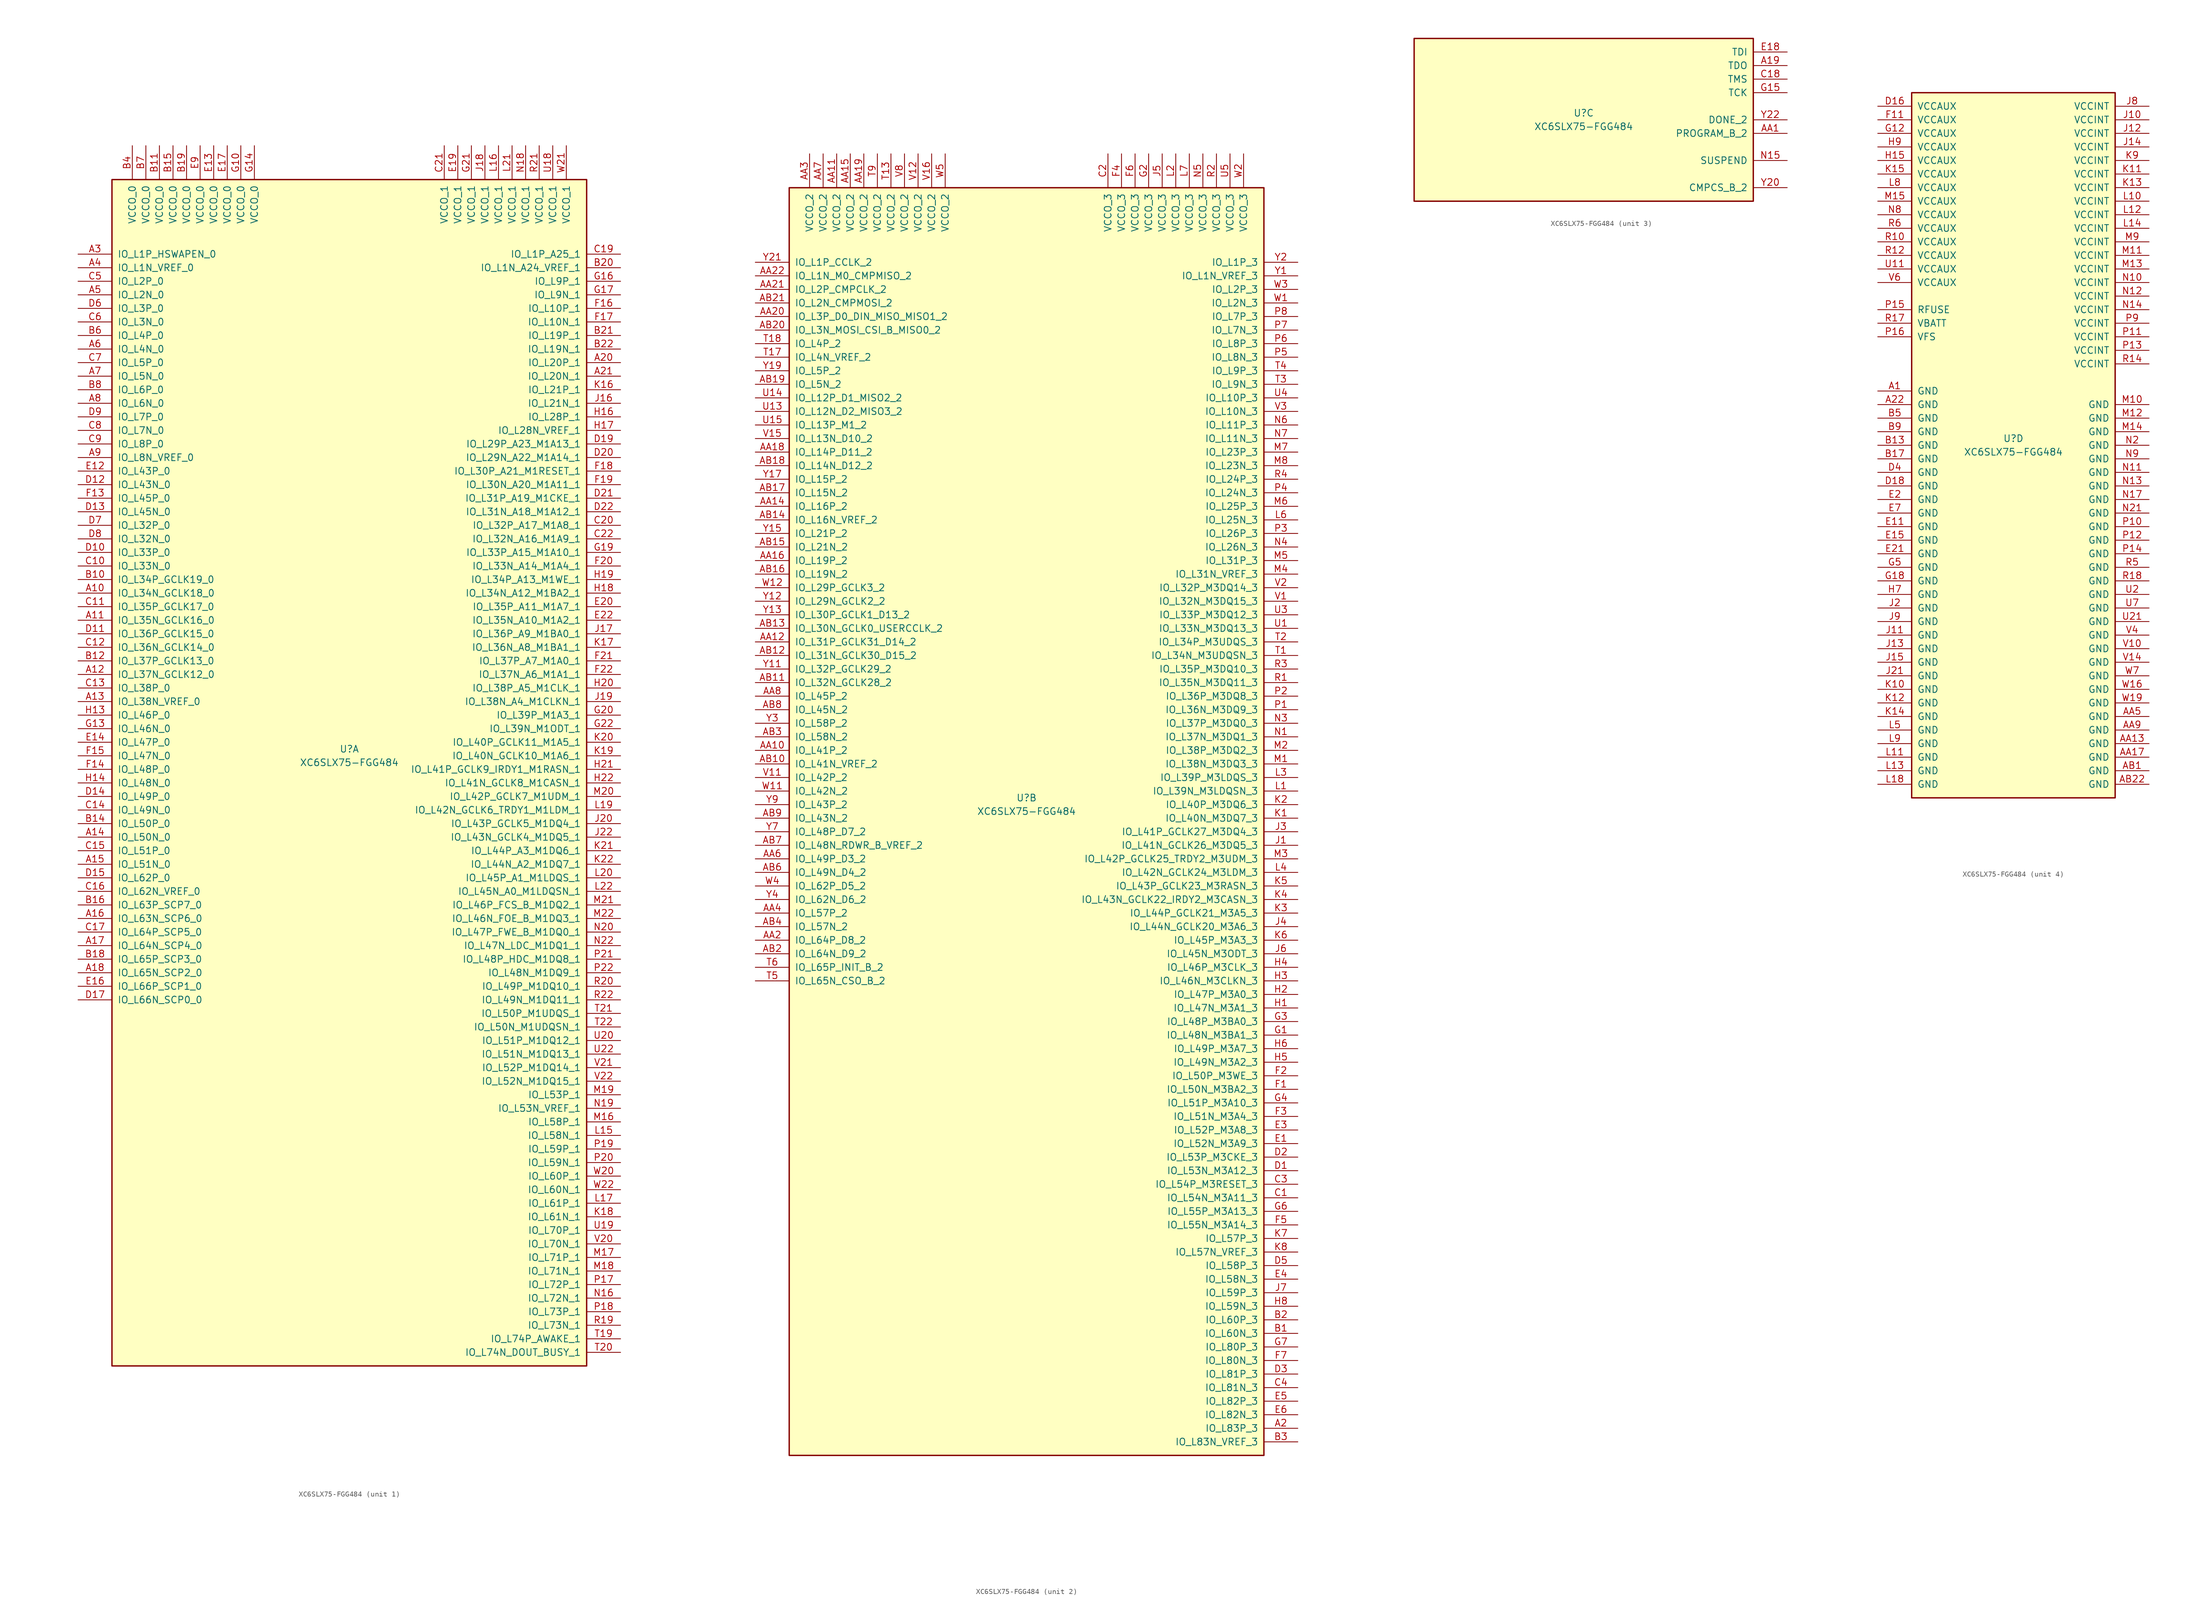
<source format=kicad_sym>
(kicad_symbol_lib
  (version 20201005)
  (generator kicad_symbol_editor)
  (symbol "XC6SLX75-FGG484"
    (pin_names
      (offset 1.016))
    (property "Reference" "U"
      (at 0 1.27 0)
      (effects (font (size 1.27 1.27))))
    (property "Value" "XC6SLX75-FGG484"
      (at 0 -1.27 0)
      (effects (font (size 1.27 1.27))))
    (property "Datasheet" ""
      (at 0 0 0)
      (effects (font (size 1.27 1.27))))
    (property "ki_locked" ""
      (at 0 0 0)
      (effects (font (size 1.27 1.27))))
    (symbol "XC6SLX75-FGG484_1_1"
      (rectangle (start -44.45 107.95) (end 44.45 -114.3) (stroke (width 0.254)) (fill (type background)))
      (pin bidirectional line (at -50.8 30.48 0) (length 6.35) (name "IO_L34N_GCLK18_0" (effects (font (size 1.27 1.27)))) (number "A10" (effects (font (size 1.27 1.27)))))
      (pin bidirectional line (at -50.8 25.4 0) (length 6.35) (name "IO_L35N_GCLK16_0" (effects (font (size 1.27 1.27)))) (number "A11" (effects (font (size 1.27 1.27)))))
      (pin bidirectional line (at -50.8 15.24 0) (length 6.35) (name "IO_L37N_GCLK12_0" (effects (font (size 1.27 1.27)))) (number "A12" (effects (font (size 1.27 1.27)))))
      (pin bidirectional line (at -50.8 10.16 0) (length 6.35) (name "IO_L38N_VREF_0" (effects (font (size 1.27 1.27)))) (number "A13" (effects (font (size 1.27 1.27)))))
      (pin bidirectional line (at -50.8 -15.24 0) (length 6.35) (name "IO_L50N_0" (effects (font (size 1.27 1.27)))) (number "A14" (effects (font (size 1.27 1.27)))))
      (pin bidirectional line (at -50.8 -20.32 0) (length 6.35) (name "IO_L51N_0" (effects (font (size 1.27 1.27)))) (number "A15" (effects (font (size 1.27 1.27)))))
      (pin bidirectional line (at -50.8 -30.48 0) (length 6.35) (name "IO_L63N_SCP6_0" (effects (font (size 1.27 1.27)))) (number "A16" (effects (font (size 1.27 1.27)))))
      (pin bidirectional line (at -50.8 -35.56 0) (length 6.35) (name "IO_L64N_SCP4_0" (effects (font (size 1.27 1.27)))) (number "A17" (effects (font (size 1.27 1.27)))))
      (pin bidirectional line (at -50.8 -40.64 0) (length 6.35) (name "IO_L65N_SCP2_0" (effects (font (size 1.27 1.27)))) (number "A18" (effects (font (size 1.27 1.27)))))
      (pin bidirectional line (at 50.8 73.66 180) (length 6.35) (name "IO_L20P_1" (effects (font (size 1.27 1.27)))) (number "A20" (effects (font (size 1.27 1.27)))))
      (pin bidirectional line (at 50.8 71.12 180) (length 6.35) (name "IO_L20N_1" (effects (font (size 1.27 1.27)))) (number "A21" (effects (font (size 1.27 1.27)))))
      (pin bidirectional line (at -50.8 93.98 0) (length 6.35) (name "IO_L1P_HSWAPEN_0" (effects (font (size 1.27 1.27)))) (number "A3" (effects (font (size 1.27 1.27)))))
      (pin bidirectional line (at -50.8 91.44 0) (length 6.35) (name "IO_L1N_VREF_0" (effects (font (size 1.27 1.27)))) (number "A4" (effects (font (size 1.27 1.27)))))
      (pin bidirectional line (at -50.8 86.36 0) (length 6.35) (name "IO_L2N_0" (effects (font (size 1.27 1.27)))) (number "A5" (effects (font (size 1.27 1.27)))))
      (pin bidirectional line (at -50.8 76.2 0) (length 6.35) (name "IO_L4N_0" (effects (font (size 1.27 1.27)))) (number "A6" (effects (font (size 1.27 1.27)))))
      (pin bidirectional line (at -50.8 71.12 0) (length 6.35) (name "IO_L5N_0" (effects (font (size 1.27 1.27)))) (number "A7" (effects (font (size 1.27 1.27)))))
      (pin bidirectional line (at -50.8 66.04 0) (length 6.35) (name "IO_L6N_0" (effects (font (size 1.27 1.27)))) (number "A8" (effects (font (size 1.27 1.27)))))
      (pin bidirectional line (at -50.8 55.88 0) (length 6.35) (name "IO_L8N_VREF_0" (effects (font (size 1.27 1.27)))) (number "A9" (effects (font (size 1.27 1.27)))))
      (pin bidirectional line (at -50.8 33.02 0) (length 6.35) (name "IO_L34P_GCLK19_0" (effects (font (size 1.27 1.27)))) (number "B10" (effects (font (size 1.27 1.27)))))
      (pin power_in line (at -35.56 114.3 270) (length 6.35) (name "VCCO_0" (effects (font (size 1.27 1.27)))) (number "B11" (effects (font (size 1.27 1.27)))))
      (pin bidirectional line (at -50.8 17.78 0) (length 6.35) (name "IO_L37P_GCLK13_0" (effects (font (size 1.27 1.27)))) (number "B12" (effects (font (size 1.27 1.27)))))
      (pin bidirectional line (at -50.8 -12.7 0) (length 6.35) (name "IO_L50P_0" (effects (font (size 1.27 1.27)))) (number "B14" (effects (font (size 1.27 1.27)))))
      (pin power_in line (at -33.02 114.3 270) (length 6.35) (name "VCCO_0" (effects (font (size 1.27 1.27)))) (number "B15" (effects (font (size 1.27 1.27)))))
      (pin bidirectional line (at -50.8 -27.94 0) (length 6.35) (name "IO_L63P_SCP7_0" (effects (font (size 1.27 1.27)))) (number "B16" (effects (font (size 1.27 1.27)))))
      (pin bidirectional line (at -50.8 -38.1 0) (length 6.35) (name "IO_L65P_SCP3_0" (effects (font (size 1.27 1.27)))) (number "B18" (effects (font (size 1.27 1.27)))))
      (pin power_in line (at -30.48 114.3 270) (length 6.35) (name "VCCO_0" (effects (font (size 1.27 1.27)))) (number "B19" (effects (font (size 1.27 1.27)))))
      (pin bidirectional line (at 50.8 91.44 180) (length 6.35) (name "IO_L1N_A24_VREF_1" (effects (font (size 1.27 1.27)))) (number "B20" (effects (font (size 1.27 1.27)))))
      (pin bidirectional line (at 50.8 78.74 180) (length 6.35) (name "IO_L19P_1" (effects (font (size 1.27 1.27)))) (number "B21" (effects (font (size 1.27 1.27)))))
      (pin bidirectional line (at 50.8 76.2 180) (length 6.35) (name "IO_L19N_1" (effects (font (size 1.27 1.27)))) (number "B22" (effects (font (size 1.27 1.27)))))
      (pin power_in line (at -40.64 114.3 270) (length 6.35) (name "VCCO_0" (effects (font (size 1.27 1.27)))) (number "B4" (effects (font (size 1.27 1.27)))))
      (pin bidirectional line (at -50.8 78.74 0) (length 6.35) (name "IO_L4P_0" (effects (font (size 1.27 1.27)))) (number "B6" (effects (font (size 1.27 1.27)))))
      (pin power_in line (at -38.1 114.3 270) (length 6.35) (name "VCCO_0" (effects (font (size 1.27 1.27)))) (number "B7" (effects (font (size 1.27 1.27)))))
      (pin bidirectional line (at -50.8 68.58 0) (length 6.35) (name "IO_L6P_0" (effects (font (size 1.27 1.27)))) (number "B8" (effects (font (size 1.27 1.27)))))
      (pin bidirectional line (at -50.8 35.56 0) (length 6.35) (name "IO_L33N_0" (effects (font (size 1.27 1.27)))) (number "C10" (effects (font (size 1.27 1.27)))))
      (pin bidirectional line (at -50.8 27.94 0) (length 6.35) (name "IO_L35P_GCLK17_0" (effects (font (size 1.27 1.27)))) (number "C11" (effects (font (size 1.27 1.27)))))
      (pin bidirectional line (at -50.8 20.32 0) (length 6.35) (name "IO_L36N_GCLK14_0" (effects (font (size 1.27 1.27)))) (number "C12" (effects (font (size 1.27 1.27)))))
      (pin bidirectional line (at -50.8 12.7 0) (length 6.35) (name "IO_L38P_0" (effects (font (size 1.27 1.27)))) (number "C13" (effects (font (size 1.27 1.27)))))
      (pin bidirectional line (at -50.8 -10.16 0) (length 6.35) (name "IO_L49N_0" (effects (font (size 1.27 1.27)))) (number "C14" (effects (font (size 1.27 1.27)))))
      (pin bidirectional line (at -50.8 -17.78 0) (length 6.35) (name "IO_L51P_0" (effects (font (size 1.27 1.27)))) (number "C15" (effects (font (size 1.27 1.27)))))
      (pin bidirectional line (at -50.8 -25.4 0) (length 6.35) (name "IO_L62N_VREF_0" (effects (font (size 1.27 1.27)))) (number "C16" (effects (font (size 1.27 1.27)))))
      (pin bidirectional line (at -50.8 -33.02 0) (length 6.35) (name "IO_L64P_SCP5_0" (effects (font (size 1.27 1.27)))) (number "C17" (effects (font (size 1.27 1.27)))))
      (pin bidirectional line (at 50.8 93.98 180) (length 6.35) (name "IO_L1P_A25_1" (effects (font (size 1.27 1.27)))) (number "C19" (effects (font (size 1.27 1.27)))))
      (pin bidirectional line (at 50.8 43.18 180) (length 6.35) (name "IO_L32P_A17_M1A8_1" (effects (font (size 1.27 1.27)))) (number "C20" (effects (font (size 1.27 1.27)))))
      (pin power_in line (at 17.78 114.3 270) (length 6.35) (name "VCCO_1" (effects (font (size 1.27 1.27)))) (number "C21" (effects (font (size 1.27 1.27)))))
      (pin bidirectional line (at 50.8 40.64 180) (length 6.35) (name "IO_L32N_A16_M1A9_1" (effects (font (size 1.27 1.27)))) (number "C22" (effects (font (size 1.27 1.27)))))
      (pin bidirectional line (at -50.8 88.9 0) (length 6.35) (name "IO_L2P_0" (effects (font (size 1.27 1.27)))) (number "C5" (effects (font (size 1.27 1.27)))))
      (pin bidirectional line (at -50.8 81.28 0) (length 6.35) (name "IO_L3N_0" (effects (font (size 1.27 1.27)))) (number "C6" (effects (font (size 1.27 1.27)))))
      (pin bidirectional line (at -50.8 73.66 0) (length 6.35) (name "IO_L5P_0" (effects (font (size 1.27 1.27)))) (number "C7" (effects (font (size 1.27 1.27)))))
      (pin bidirectional line (at -50.8 60.96 0) (length 6.35) (name "IO_L7N_0" (effects (font (size 1.27 1.27)))) (number "C8" (effects (font (size 1.27 1.27)))))
      (pin bidirectional line (at -50.8 58.42 0) (length 6.35) (name "IO_L8P_0" (effects (font (size 1.27 1.27)))) (number "C9" (effects (font (size 1.27 1.27)))))
      (pin bidirectional line (at -50.8 38.1 0) (length 6.35) (name "IO_L33P_0" (effects (font (size 1.27 1.27)))) (number "D10" (effects (font (size 1.27 1.27)))))
      (pin bidirectional line (at -50.8 22.86 0) (length 6.35) (name "IO_L36P_GCLK15_0" (effects (font (size 1.27 1.27)))) (number "D11" (effects (font (size 1.27 1.27)))))
      (pin bidirectional line (at -50.8 50.8 0) (length 6.35) (name "IO_L43N_0" (effects (font (size 1.27 1.27)))) (number "D12" (effects (font (size 1.27 1.27)))))
      (pin bidirectional line (at -50.8 45.72 0) (length 6.35) (name "IO_L45N_0" (effects (font (size 1.27 1.27)))) (number "D13" (effects (font (size 1.27 1.27)))))
      (pin bidirectional line (at -50.8 -7.62 0) (length 6.35) (name "IO_L49P_0" (effects (font (size 1.27 1.27)))) (number "D14" (effects (font (size 1.27 1.27)))))
      (pin bidirectional line (at -50.8 -22.86 0) (length 6.35) (name "IO_L62P_0" (effects (font (size 1.27 1.27)))) (number "D15" (effects (font (size 1.27 1.27)))))
      (pin bidirectional line (at -50.8 -45.72 0) (length 6.35) (name "IO_L66N_SCP0_0" (effects (font (size 1.27 1.27)))) (number "D17" (effects (font (size 1.27 1.27)))))
      (pin bidirectional line (at 50.8 58.42 180) (length 6.35) (name "IO_L29P_A23_M1A13_1" (effects (font (size 1.27 1.27)))) (number "D19" (effects (font (size 1.27 1.27)))))
      (pin bidirectional line (at 50.8 55.88 180) (length 6.35) (name "IO_L29N_A22_M1A14_1" (effects (font (size 1.27 1.27)))) (number "D20" (effects (font (size 1.27 1.27)))))
      (pin bidirectional line (at 50.8 48.26 180) (length 6.35) (name "IO_L31P_A19_M1CKE_1" (effects (font (size 1.27 1.27)))) (number "D21" (effects (font (size 1.27 1.27)))))
      (pin bidirectional line (at 50.8 45.72 180) (length 6.35) (name "IO_L31N_A18_M1A12_1" (effects (font (size 1.27 1.27)))) (number "D22" (effects (font (size 1.27 1.27)))))
      (pin bidirectional line (at -50.8 83.82 0) (length 6.35) (name "IO_L3P_0" (effects (font (size 1.27 1.27)))) (number "D6" (effects (font (size 1.27 1.27)))))
      (pin bidirectional line (at -50.8 43.18 0) (length 6.35) (name "IO_L32P_0" (effects (font (size 1.27 1.27)))) (number "D7" (effects (font (size 1.27 1.27)))))
      (pin bidirectional line (at -50.8 40.64 0) (length 6.35) (name "IO_L32N_0" (effects (font (size 1.27 1.27)))) (number "D8" (effects (font (size 1.27 1.27)))))
      (pin bidirectional line (at -50.8 63.5 0) (length 6.35) (name "IO_L7P_0" (effects (font (size 1.27 1.27)))) (number "D9" (effects (font (size 1.27 1.27)))))
      (pin bidirectional line (at -50.8 53.34 0) (length 6.35) (name "IO_L43P_0" (effects (font (size 1.27 1.27)))) (number "E12" (effects (font (size 1.27 1.27)))))
      (pin power_in line (at -25.4 114.3 270) (length 6.35) (name "VCCO_0" (effects (font (size 1.27 1.27)))) (number "E13" (effects (font (size 1.27 1.27)))))
      (pin bidirectional line (at -50.8 2.54 0) (length 6.35) (name "IO_L47P_0" (effects (font (size 1.27 1.27)))) (number "E14" (effects (font (size 1.27 1.27)))))
      (pin bidirectional line (at -50.8 -43.18 0) (length 6.35) (name "IO_L66P_SCP1_0" (effects (font (size 1.27 1.27)))) (number "E16" (effects (font (size 1.27 1.27)))))
      (pin power_in line (at -22.86 114.3 270) (length 6.35) (name "VCCO_0" (effects (font (size 1.27 1.27)))) (number "E17" (effects (font (size 1.27 1.27)))))
      (pin power_in line (at 20.32 114.3 270) (length 6.35) (name "VCCO_1" (effects (font (size 1.27 1.27)))) (number "E19" (effects (font (size 1.27 1.27)))))
      (pin bidirectional line (at 50.8 27.94 180) (length 6.35) (name "IO_L35P_A11_M1A7_1" (effects (font (size 1.27 1.27)))) (number "E20" (effects (font (size 1.27 1.27)))))
      (pin bidirectional line (at 50.8 25.4 180) (length 6.35) (name "IO_L35N_A10_M1A2_1" (effects (font (size 1.27 1.27)))) (number "E22" (effects (font (size 1.27 1.27)))))
      (pin power_in line (at -27.94 114.3 270) (length 6.35) (name "VCCO_0" (effects (font (size 1.27 1.27)))) (number "E9" (effects (font (size 1.27 1.27)))))
      (pin bidirectional line (at -50.8 48.26 0) (length 6.35) (name "IO_L45P_0" (effects (font (size 1.27 1.27)))) (number "F13" (effects (font (size 1.27 1.27)))))
      (pin bidirectional line (at -50.8 -2.54 0) (length 6.35) (name "IO_L48P_0" (effects (font (size 1.27 1.27)))) (number "F14" (effects (font (size 1.27 1.27)))))
      (pin bidirectional line (at -50.8 0 0) (length 6.35) (name "IO_L47N_0" (effects (font (size 1.27 1.27)))) (number "F15" (effects (font (size 1.27 1.27)))))
      (pin bidirectional line (at 50.8 83.82 180) (length 6.35) (name "IO_L10P_1" (effects (font (size 1.27 1.27)))) (number "F16" (effects (font (size 1.27 1.27)))))
      (pin bidirectional line (at 50.8 81.28 180) (length 6.35) (name "IO_L10N_1" (effects (font (size 1.27 1.27)))) (number "F17" (effects (font (size 1.27 1.27)))))
      (pin bidirectional line (at 50.8 53.34 180) (length 6.35) (name "IO_L30P_A21_M1RESET_1" (effects (font (size 1.27 1.27)))) (number "F18" (effects (font (size 1.27 1.27)))))
      (pin bidirectional line (at 50.8 50.8 180) (length 6.35) (name "IO_L30N_A20_M1A11_1" (effects (font (size 1.27 1.27)))) (number "F19" (effects (font (size 1.27 1.27)))))
      (pin bidirectional line (at 50.8 35.56 180) (length 6.35) (name "IO_L33N_A14_M1A4_1" (effects (font (size 1.27 1.27)))) (number "F20" (effects (font (size 1.27 1.27)))))
      (pin bidirectional line (at 50.8 17.78 180) (length 6.35) (name "IO_L37P_A7_M1A0_1" (effects (font (size 1.27 1.27)))) (number "F21" (effects (font (size 1.27 1.27)))))
      (pin bidirectional line (at 50.8 15.24 180) (length 6.35) (name "IO_L37N_A6_M1A1_1" (effects (font (size 1.27 1.27)))) (number "F22" (effects (font (size 1.27 1.27)))))
      (pin power_in line (at -20.32 114.3 270) (length 6.35) (name "VCCO_0" (effects (font (size 1.27 1.27)))) (number "G10" (effects (font (size 1.27 1.27)))))
      (pin bidirectional line (at -50.8 5.08 0) (length 6.35) (name "IO_L46N_0" (effects (font (size 1.27 1.27)))) (number "G13" (effects (font (size 1.27 1.27)))))
      (pin power_in line (at -17.78 114.3 270) (length 6.35) (name "VCCO_0" (effects (font (size 1.27 1.27)))) (number "G14" (effects (font (size 1.27 1.27)))))
      (pin bidirectional line (at 50.8 88.9 180) (length 6.35) (name "IO_L9P_1" (effects (font (size 1.27 1.27)))) (number "G16" (effects (font (size 1.27 1.27)))))
      (pin bidirectional line (at 50.8 86.36 180) (length 6.35) (name "IO_L9N_1" (effects (font (size 1.27 1.27)))) (number "G17" (effects (font (size 1.27 1.27)))))
      (pin bidirectional line (at 50.8 38.1 180) (length 6.35) (name "IO_L33P_A15_M1A10_1" (effects (font (size 1.27 1.27)))) (number "G19" (effects (font (size 1.27 1.27)))))
      (pin bidirectional line (at 50.8 7.62 180) (length 6.35) (name "IO_L39P_M1A3_1" (effects (font (size 1.27 1.27)))) (number "G20" (effects (font (size 1.27 1.27)))))
      (pin power_in line (at 22.86 114.3 270) (length 6.35) (name "VCCO_1" (effects (font (size 1.27 1.27)))) (number "G21" (effects (font (size 1.27 1.27)))))
      (pin bidirectional line (at 50.8 5.08 180) (length 6.35) (name "IO_L39N_M1ODT_1" (effects (font (size 1.27 1.27)))) (number "G22" (effects (font (size 1.27 1.27)))))
      (pin bidirectional line (at -50.8 7.62 0) (length 6.35) (name "IO_L46P_0" (effects (font (size 1.27 1.27)))) (number "H13" (effects (font (size 1.27 1.27)))))
      (pin bidirectional line (at -50.8 -5.08 0) (length 6.35) (name "IO_L48N_0" (effects (font (size 1.27 1.27)))) (number "H14" (effects (font (size 1.27 1.27)))))
      (pin bidirectional line (at 50.8 63.5 180) (length 6.35) (name "IO_L28P_1" (effects (font (size 1.27 1.27)))) (number "H16" (effects (font (size 1.27 1.27)))))
      (pin bidirectional line (at 50.8 60.96 180) (length 6.35) (name "IO_L28N_VREF_1" (effects (font (size 1.27 1.27)))) (number "H17" (effects (font (size 1.27 1.27)))))
      (pin bidirectional line (at 50.8 30.48 180) (length 6.35) (name "IO_L34N_A12_M1BA2_1" (effects (font (size 1.27 1.27)))) (number "H18" (effects (font (size 1.27 1.27)))))
      (pin bidirectional line (at 50.8 33.02 180) (length 6.35) (name "IO_L34P_A13_M1WE_1" (effects (font (size 1.27 1.27)))) (number "H19" (effects (font (size 1.27 1.27)))))
      (pin bidirectional line (at 50.8 12.7 180) (length 6.35) (name "IO_L38P_A5_M1CLK_1" (effects (font (size 1.27 1.27)))) (number "H20" (effects (font (size 1.27 1.27)))))
      (pin bidirectional line (at 50.8 -2.54 180) (length 6.35) (name "IO_L41P_GCLK9_IRDY1_M1RASN_1" (effects (font (size 1.27 1.27)))) (number "H21" (effects (font (size 1.27 1.27)))))
      (pin bidirectional line (at 50.8 -5.08 180) (length 6.35) (name "IO_L41N_GCLK8_M1CASN_1" (effects (font (size 1.27 1.27)))) (number "H22" (effects (font (size 1.27 1.27)))))
      (pin bidirectional line (at 50.8 66.04 180) (length 6.35) (name "IO_L21N_1" (effects (font (size 1.27 1.27)))) (number "J16" (effects (font (size 1.27 1.27)))))
      (pin bidirectional line (at 50.8 22.86 180) (length 6.35) (name "IO_L36P_A9_M1BA0_1" (effects (font (size 1.27 1.27)))) (number "J17" (effects (font (size 1.27 1.27)))))
      (pin power_in line (at 25.4 114.3 270) (length 6.35) (name "VCCO_1" (effects (font (size 1.27 1.27)))) (number "J18" (effects (font (size 1.27 1.27)))))
      (pin bidirectional line (at 50.8 10.16 180) (length 6.35) (name "IO_L38N_A4_M1CLKN_1" (effects (font (size 1.27 1.27)))) (number "J19" (effects (font (size 1.27 1.27)))))
      (pin bidirectional line (at 50.8 -12.7 180) (length 6.35) (name "IO_L43P_GCLK5_M1DQ4_1" (effects (font (size 1.27 1.27)))) (number "J20" (effects (font (size 1.27 1.27)))))
      (pin bidirectional line (at 50.8 -15.24 180) (length 6.35) (name "IO_L43N_GCLK4_M1DQ5_1" (effects (font (size 1.27 1.27)))) (number "J22" (effects (font (size 1.27 1.27)))))
      (pin bidirectional line (at 50.8 68.58 180) (length 6.35) (name "IO_L21P_1" (effects (font (size 1.27 1.27)))) (number "K16" (effects (font (size 1.27 1.27)))))
      (pin bidirectional line (at 50.8 20.32 180) (length 6.35) (name "IO_L36N_A8_M1BA1_1" (effects (font (size 1.27 1.27)))) (number "K17" (effects (font (size 1.27 1.27)))))
      (pin bidirectional line (at 50.8 -86.36 180) (length 6.35) (name "IO_L61N_1" (effects (font (size 1.27 1.27)))) (number "K18" (effects (font (size 1.27 1.27)))))
      (pin bidirectional line (at 50.8 0 180) (length 6.35) (name "IO_L40N_GCLK10_M1A6_1" (effects (font (size 1.27 1.27)))) (number "K19" (effects (font (size 1.27 1.27)))))
      (pin bidirectional line (at 50.8 2.54 180) (length 6.35) (name "IO_L40P_GCLK11_M1A5_1" (effects (font (size 1.27 1.27)))) (number "K20" (effects (font (size 1.27 1.27)))))
      (pin bidirectional line (at 50.8 -17.78 180) (length 6.35) (name "IO_L44P_A3_M1DQ6_1" (effects (font (size 1.27 1.27)))) (number "K21" (effects (font (size 1.27 1.27)))))
      (pin bidirectional line (at 50.8 -20.32 180) (length 6.35) (name "IO_L44N_A2_M1DQ7_1" (effects (font (size 1.27 1.27)))) (number "K22" (effects (font (size 1.27 1.27)))))
      (pin bidirectional line (at 50.8 -71.12 180) (length 6.35) (name "IO_L58N_1" (effects (font (size 1.27 1.27)))) (number "L15" (effects (font (size 1.27 1.27)))))
      (pin power_in line (at 27.94 114.3 270) (length 6.35) (name "VCCO_1" (effects (font (size 1.27 1.27)))) (number "L16" (effects (font (size 1.27 1.27)))))
      (pin bidirectional line (at 50.8 -83.82 180) (length 6.35) (name "IO_L61P_1" (effects (font (size 1.27 1.27)))) (number "L17" (effects (font (size 1.27 1.27)))))
      (pin bidirectional line (at 50.8 -10.16 180) (length 6.35) (name "IO_L42N_GCLK6_TRDY1_M1LDM_1" (effects (font (size 1.27 1.27)))) (number "L19" (effects (font (size 1.27 1.27)))))
      (pin bidirectional line (at 50.8 -22.86 180) (length 6.35) (name "IO_L45P_A1_M1LDQS_1" (effects (font (size 1.27 1.27)))) (number "L20" (effects (font (size 1.27 1.27)))))
      (pin power_in line (at 30.48 114.3 270) (length 6.35) (name "VCCO_1" (effects (font (size 1.27 1.27)))) (number "L21" (effects (font (size 1.27 1.27)))))
      (pin bidirectional line (at 50.8 -25.4 180) (length 6.35) (name "IO_L45N_A0_M1LDQSN_1" (effects (font (size 1.27 1.27)))) (number "L22" (effects (font (size 1.27 1.27)))))
      (pin bidirectional line (at 50.8 -68.58 180) (length 6.35) (name "IO_L58P_1" (effects (font (size 1.27 1.27)))) (number "M16" (effects (font (size 1.27 1.27)))))
      (pin bidirectional line (at 50.8 -93.98 180) (length 6.35) (name "IO_L71P_1" (effects (font (size 1.27 1.27)))) (number "M17" (effects (font (size 1.27 1.27)))))
      (pin bidirectional line (at 50.8 -96.52 180) (length 6.35) (name "IO_L71N_1" (effects (font (size 1.27 1.27)))) (number "M18" (effects (font (size 1.27 1.27)))))
      (pin bidirectional line (at 50.8 -63.5 180) (length 6.35) (name "IO_L53P_1" (effects (font (size 1.27 1.27)))) (number "M19" (effects (font (size 1.27 1.27)))))
      (pin bidirectional line (at 50.8 -7.62 180) (length 6.35) (name "IO_L42P_GCLK7_M1UDM_1" (effects (font (size 1.27 1.27)))) (number "M20" (effects (font (size 1.27 1.27)))))
      (pin bidirectional line (at 50.8 -27.94 180) (length 6.35) (name "IO_L46P_FCS_B_M1DQ2_1" (effects (font (size 1.27 1.27)))) (number "M21" (effects (font (size 1.27 1.27)))))
      (pin bidirectional line (at 50.8 -30.48 180) (length 6.35) (name "IO_L46N_FOE_B_M1DQ3_1" (effects (font (size 1.27 1.27)))) (number "M22" (effects (font (size 1.27 1.27)))))
      (pin bidirectional line (at 50.8 -101.6 180) (length 6.35) (name "IO_L72N_1" (effects (font (size 1.27 1.27)))) (number "N16" (effects (font (size 1.27 1.27)))))
      (pin power_in line (at 33.02 114.3 270) (length 6.35) (name "VCCO_1" (effects (font (size 1.27 1.27)))) (number "N18" (effects (font (size 1.27 1.27)))))
      (pin bidirectional line (at 50.8 -66.04 180) (length 6.35) (name "IO_L53N_VREF_1" (effects (font (size 1.27 1.27)))) (number "N19" (effects (font (size 1.27 1.27)))))
      (pin bidirectional line (at 50.8 -33.02 180) (length 6.35) (name "IO_L47P_FWE_B_M1DQ0_1" (effects (font (size 1.27 1.27)))) (number "N20" (effects (font (size 1.27 1.27)))))
      (pin bidirectional line (at 50.8 -35.56 180) (length 6.35) (name "IO_L47N_LDC_M1DQ1_1" (effects (font (size 1.27 1.27)))) (number "N22" (effects (font (size 1.27 1.27)))))
      (pin bidirectional line (at 50.8 -99.06 180) (length 6.35) (name "IO_L72P_1" (effects (font (size 1.27 1.27)))) (number "P17" (effects (font (size 1.27 1.27)))))
      (pin bidirectional line (at 50.8 -104.14 180) (length 6.35) (name "IO_L73P_1" (effects (font (size 1.27 1.27)))) (number "P18" (effects (font (size 1.27 1.27)))))
      (pin bidirectional line (at 50.8 -73.66 180) (length 6.35) (name "IO_L59P_1" (effects (font (size 1.27 1.27)))) (number "P19" (effects (font (size 1.27 1.27)))))
      (pin bidirectional line (at 50.8 -76.2 180) (length 6.35) (name "IO_L59N_1" (effects (font (size 1.27 1.27)))) (number "P20" (effects (font (size 1.27 1.27)))))
      (pin bidirectional line (at 50.8 -38.1 180) (length 6.35) (name "IO_L48P_HDC_M1DQ8_1" (effects (font (size 1.27 1.27)))) (number "P21" (effects (font (size 1.27 1.27)))))
      (pin bidirectional line (at 50.8 -40.64 180) (length 6.35) (name "IO_L48N_M1DQ9_1" (effects (font (size 1.27 1.27)))) (number "P22" (effects (font (size 1.27 1.27)))))
      (pin bidirectional line (at 50.8 -106.68 180) (length 6.35) (name "IO_L73N_1" (effects (font (size 1.27 1.27)))) (number "R19" (effects (font (size 1.27 1.27)))))
      (pin bidirectional line (at 50.8 -43.18 180) (length 6.35) (name "IO_L49P_M1DQ10_1" (effects (font (size 1.27 1.27)))) (number "R20" (effects (font (size 1.27 1.27)))))
      (pin power_in line (at 35.56 114.3 270) (length 6.35) (name "VCCO_1" (effects (font (size 1.27 1.27)))) (number "R21" (effects (font (size 1.27 1.27)))))
      (pin bidirectional line (at 50.8 -45.72 180) (length 6.35) (name "IO_L49N_M1DQ11_1" (effects (font (size 1.27 1.27)))) (number "R22" (effects (font (size 1.27 1.27)))))
      (pin bidirectional line (at 50.8 -109.22 180) (length 6.35) (name "IO_L74P_AWAKE_1" (effects (font (size 1.27 1.27)))) (number "T19" (effects (font (size 1.27 1.27)))))
      (pin bidirectional line (at 50.8 -111.76 180) (length 6.35) (name "IO_L74N_DOUT_BUSY_1" (effects (font (size 1.27 1.27)))) (number "T20" (effects (font (size 1.27 1.27)))))
      (pin bidirectional line (at 50.8 -48.26 180) (length 6.35) (name "IO_L50P_M1UDQS_1" (effects (font (size 1.27 1.27)))) (number "T21" (effects (font (size 1.27 1.27)))))
      (pin bidirectional line (at 50.8 -50.8 180) (length 6.35) (name "IO_L50N_M1UDQSN_1" (effects (font (size 1.27 1.27)))) (number "T22" (effects (font (size 1.27 1.27)))))
      (pin power_in line (at 38.1 114.3 270) (length 6.35) (name "VCCO_1" (effects (font (size 1.27 1.27)))) (number "U18" (effects (font (size 1.27 1.27)))))
      (pin bidirectional line (at 50.8 -88.9 180) (length 6.35) (name "IO_L70P_1" (effects (font (size 1.27 1.27)))) (number "U19" (effects (font (size 1.27 1.27)))))
      (pin bidirectional line (at 50.8 -53.34 180) (length 6.35) (name "IO_L51P_M1DQ12_1" (effects (font (size 1.27 1.27)))) (number "U20" (effects (font (size 1.27 1.27)))))
      (pin bidirectional line (at 50.8 -55.88 180) (length 6.35) (name "IO_L51N_M1DQ13_1" (effects (font (size 1.27 1.27)))) (number "U22" (effects (font (size 1.27 1.27)))))
      (pin bidirectional line (at 50.8 -91.44 180) (length 6.35) (name "IO_L70N_1" (effects (font (size 1.27 1.27)))) (number "V20" (effects (font (size 1.27 1.27)))))
      (pin bidirectional line (at 50.8 -58.42 180) (length 6.35) (name "IO_L52P_M1DQ14_1" (effects (font (size 1.27 1.27)))) (number "V21" (effects (font (size 1.27 1.27)))))
      (pin bidirectional line (at 50.8 -60.96 180) (length 6.35) (name "IO_L52N_M1DQ15_1" (effects (font (size 1.27 1.27)))) (number "V22" (effects (font (size 1.27 1.27)))))
      (pin bidirectional line (at 50.8 -78.74 180) (length 6.35) (name "IO_L60P_1" (effects (font (size 1.27 1.27)))) (number "W20" (effects (font (size 1.27 1.27)))))
      (pin power_in line (at 40.64 114.3 270) (length 6.35) (name "VCCO_1" (effects (font (size 1.27 1.27)))) (number "W21" (effects (font (size 1.27 1.27)))))
      (pin bidirectional line (at 50.8 -81.28 180) (length 6.35) (name "IO_L60N_1" (effects (font (size 1.27 1.27)))) (number "W22" (effects (font (size 1.27 1.27))))))
    (symbol "XC6SLX75-FGG484_2_1"
      (rectangle (start -44.45 115.57) (end 44.45 -121.92) (stroke (width 0.254)) (fill (type background)))
      (pin bidirectional line (at 50.8 -116.84 180) (length 6.35) (name "IO_L83P_3" (effects (font (size 1.27 1.27)))) (number "A2" (effects (font (size 1.27 1.27)))))
      (pin bidirectional line (at -50.8 10.16 0) (length 6.35) (name "IO_L41P_2" (effects (font (size 1.27 1.27)))) (number "AA10" (effects (font (size 1.27 1.27)))))
      (pin power_in line (at -35.56 121.92 270) (length 6.35) (name "VCCO_2" (effects (font (size 1.27 1.27)))) (number "AA11" (effects (font (size 1.27 1.27)))))
      (pin bidirectional line (at -50.8 30.48 0) (length 6.35) (name "IO_L31P_GCLK31_D14_2" (effects (font (size 1.27 1.27)))) (number "AA12" (effects (font (size 1.27 1.27)))))
      (pin bidirectional line (at -50.8 55.88 0) (length 6.35) (name "IO_L16P_2" (effects (font (size 1.27 1.27)))) (number "AA14" (effects (font (size 1.27 1.27)))))
      (pin power_in line (at -33.02 121.92 270) (length 6.35) (name "VCCO_2" (effects (font (size 1.27 1.27)))) (number "AA15" (effects (font (size 1.27 1.27)))))
      (pin bidirectional line (at -50.8 45.72 0) (length 6.35) (name "IO_L19P_2" (effects (font (size 1.27 1.27)))) (number "AA16" (effects (font (size 1.27 1.27)))))
      (pin bidirectional line (at -50.8 66.04 0) (length 6.35) (name "IO_L14P_D11_2" (effects (font (size 1.27 1.27)))) (number "AA18" (effects (font (size 1.27 1.27)))))
      (pin power_in line (at -30.48 121.92 270) (length 6.35) (name "VCCO_2" (effects (font (size 1.27 1.27)))) (number "AA19" (effects (font (size 1.27 1.27)))))
      (pin bidirectional line (at -50.8 -25.4 0) (length 6.35) (name "IO_L64P_D8_2" (effects (font (size 1.27 1.27)))) (number "AA2" (effects (font (size 1.27 1.27)))))
      (pin bidirectional line (at -50.8 91.44 0) (length 6.35) (name "IO_L3P_D0_DIN_MISO_MISO1_2" (effects (font (size 1.27 1.27)))) (number "AA20" (effects (font (size 1.27 1.27)))))
      (pin bidirectional line (at -50.8 96.52 0) (length 6.35) (name "IO_L2P_CMPCLK_2" (effects (font (size 1.27 1.27)))) (number "AA21" (effects (font (size 1.27 1.27)))))
      (pin bidirectional line (at -50.8 99.06 0) (length 6.35) (name "IO_L1N_M0_CMPMISO_2" (effects (font (size 1.27 1.27)))) (number "AA22" (effects (font (size 1.27 1.27)))))
      (pin power_in line (at -40.64 121.92 270) (length 6.35) (name "VCCO_2" (effects (font (size 1.27 1.27)))) (number "AA3" (effects (font (size 1.27 1.27)))))
      (pin bidirectional line (at -50.8 -20.32 0) (length 6.35) (name "IO_L57P_2" (effects (font (size 1.27 1.27)))) (number "AA4" (effects (font (size 1.27 1.27)))))
      (pin bidirectional line (at -50.8 -10.16 0) (length 6.35) (name "IO_L49P_D3_2" (effects (font (size 1.27 1.27)))) (number "AA6" (effects (font (size 1.27 1.27)))))
      (pin power_in line (at -38.1 121.92 270) (length 6.35) (name "VCCO_2" (effects (font (size 1.27 1.27)))) (number "AA7" (effects (font (size 1.27 1.27)))))
      (pin bidirectional line (at -50.8 20.32 0) (length 6.35) (name "IO_L45P_2" (effects (font (size 1.27 1.27)))) (number "AA8" (effects (font (size 1.27 1.27)))))
      (pin bidirectional line (at -50.8 7.62 0) (length 6.35) (name "IO_L41N_VREF_2" (effects (font (size 1.27 1.27)))) (number "AB10" (effects (font (size 1.27 1.27)))))
      (pin bidirectional line (at -50.8 22.86 0) (length 6.35) (name "IO_L32N_GCLK28_2" (effects (font (size 1.27 1.27)))) (number "AB11" (effects (font (size 1.27 1.27)))))
      (pin bidirectional line (at -50.8 27.94 0) (length 6.35) (name "IO_L31N_GCLK30_D15_2" (effects (font (size 1.27 1.27)))) (number "AB12" (effects (font (size 1.27 1.27)))))
      (pin bidirectional line (at -50.8 33.02 0) (length 6.35) (name "IO_L30N_GCLK0_USERCCLK_2" (effects (font (size 1.27 1.27)))) (number "AB13" (effects (font (size 1.27 1.27)))))
      (pin bidirectional line (at -50.8 53.34 0) (length 6.35) (name "IO_L16N_VREF_2" (effects (font (size 1.27 1.27)))) (number "AB14" (effects (font (size 1.27 1.27)))))
      (pin bidirectional line (at -50.8 48.26 0) (length 6.35) (name "IO_L21N_2" (effects (font (size 1.27 1.27)))) (number "AB15" (effects (font (size 1.27 1.27)))))
      (pin bidirectional line (at -50.8 43.18 0) (length 6.35) (name "IO_L19N_2" (effects (font (size 1.27 1.27)))) (number "AB16" (effects (font (size 1.27 1.27)))))
      (pin bidirectional line (at -50.8 58.42 0) (length 6.35) (name "IO_L15N_2" (effects (font (size 1.27 1.27)))) (number "AB17" (effects (font (size 1.27 1.27)))))
      (pin bidirectional line (at -50.8 63.5 0) (length 6.35) (name "IO_L14N_D12_2" (effects (font (size 1.27 1.27)))) (number "AB18" (effects (font (size 1.27 1.27)))))
      (pin bidirectional line (at -50.8 78.74 0) (length 6.35) (name "IO_L5N_2" (effects (font (size 1.27 1.27)))) (number "AB19" (effects (font (size 1.27 1.27)))))
      (pin bidirectional line (at -50.8 -27.94 0) (length 6.35) (name "IO_L64N_D9_2" (effects (font (size 1.27 1.27)))) (number "AB2" (effects (font (size 1.27 1.27)))))
      (pin bidirectional line (at -50.8 88.9 0) (length 6.35) (name "IO_L3N_MOSI_CSI_B_MISO0_2" (effects (font (size 1.27 1.27)))) (number "AB20" (effects (font (size 1.27 1.27)))))
      (pin bidirectional line (at -50.8 93.98 0) (length 6.35) (name "IO_L2N_CMPMOSI_2" (effects (font (size 1.27 1.27)))) (number "AB21" (effects (font (size 1.27 1.27)))))
      (pin bidirectional line (at -50.8 12.7 0) (length 6.35) (name "IO_L58N_2" (effects (font (size 1.27 1.27)))) (number "AB3" (effects (font (size 1.27 1.27)))))
      (pin bidirectional line (at -50.8 -22.86 0) (length 6.35) (name "IO_L57N_2" (effects (font (size 1.27 1.27)))) (number "AB4" (effects (font (size 1.27 1.27)))))
      (pin bidirectional line (at -50.8 -12.7 0) (length 6.35) (name "IO_L49N_D4_2" (effects (font (size 1.27 1.27)))) (number "AB6" (effects (font (size 1.27 1.27)))))
      (pin bidirectional line (at -50.8 -7.62 0) (length 6.35) (name "IO_L48N_RDWR_B_VREF_2" (effects (font (size 1.27 1.27)))) (number "AB7" (effects (font (size 1.27 1.27)))))
      (pin bidirectional line (at -50.8 17.78 0) (length 6.35) (name "IO_L45N_2" (effects (font (size 1.27 1.27)))) (number "AB8" (effects (font (size 1.27 1.27)))))
      (pin bidirectional line (at -50.8 -2.54 0) (length 6.35) (name "IO_L43N_2" (effects (font (size 1.27 1.27)))) (number "AB9" (effects (font (size 1.27 1.27)))))
      (pin bidirectional line (at 50.8 -99.06 180) (length 6.35) (name "IO_L60N_3" (effects (font (size 1.27 1.27)))) (number "B1" (effects (font (size 1.27 1.27)))))
      (pin bidirectional line (at 50.8 -96.52 180) (length 6.35) (name "IO_L60P_3" (effects (font (size 1.27 1.27)))) (number "B2" (effects (font (size 1.27 1.27)))))
      (pin bidirectional line (at 50.8 -119.38 180) (length 6.35) (name "IO_L83N_VREF_3" (effects (font (size 1.27 1.27)))) (number "B3" (effects (font (size 1.27 1.27)))))
      (pin bidirectional line (at 50.8 -73.66 180) (length 6.35) (name "IO_L54N_M3A11_3" (effects (font (size 1.27 1.27)))) (number "C1" (effects (font (size 1.27 1.27)))))
      (pin power_in line (at 15.24 121.92 270) (length 6.35) (name "VCCO_3" (effects (font (size 1.27 1.27)))) (number "C2" (effects (font (size 1.27 1.27)))))
      (pin bidirectional line (at 50.8 -71.12 180) (length 6.35) (name "IO_L54P_M3RESET_3" (effects (font (size 1.27 1.27)))) (number "C3" (effects (font (size 1.27 1.27)))))
      (pin bidirectional line (at 50.8 -109.22 180) (length 6.35) (name "IO_L81N_3" (effects (font (size 1.27 1.27)))) (number "C4" (effects (font (size 1.27 1.27)))))
      (pin bidirectional line (at 50.8 -68.58 180) (length 6.35) (name "IO_L53N_M3A12_3" (effects (font (size 1.27 1.27)))) (number "D1" (effects (font (size 1.27 1.27)))))
      (pin bidirectional line (at 50.8 -66.04 180) (length 6.35) (name "IO_L53P_M3CKE_3" (effects (font (size 1.27 1.27)))) (number "D2" (effects (font (size 1.27 1.27)))))
      (pin bidirectional line (at 50.8 -106.68 180) (length 6.35) (name "IO_L81P_3" (effects (font (size 1.27 1.27)))) (number "D3" (effects (font (size 1.27 1.27)))))
      (pin bidirectional line (at 50.8 -86.36 180) (length 6.35) (name "IO_L58P_3" (effects (font (size 1.27 1.27)))) (number "D5" (effects (font (size 1.27 1.27)))))
      (pin bidirectional line (at 50.8 -63.5 180) (length 6.35) (name "IO_L52N_M3A9_3" (effects (font (size 1.27 1.27)))) (number "E1" (effects (font (size 1.27 1.27)))))
      (pin bidirectional line (at 50.8 -60.96 180) (length 6.35) (name "IO_L52P_M3A8_3" (effects (font (size 1.27 1.27)))) (number "E3" (effects (font (size 1.27 1.27)))))
      (pin bidirectional line (at 50.8 -88.9 180) (length 6.35) (name "IO_L58N_3" (effects (font (size 1.27 1.27)))) (number "E4" (effects (font (size 1.27 1.27)))))
      (pin bidirectional line (at 50.8 -111.76 180) (length 6.35) (name "IO_L82P_3" (effects (font (size 1.27 1.27)))) (number "E5" (effects (font (size 1.27 1.27)))))
      (pin bidirectional line (at 50.8 -114.3 180) (length 6.35) (name "IO_L82N_3" (effects (font (size 1.27 1.27)))) (number "E6" (effects (font (size 1.27 1.27)))))
      (pin bidirectional line (at 50.8 -53.34 180) (length 6.35) (name "IO_L50N_M3BA2_3" (effects (font (size 1.27 1.27)))) (number "F1" (effects (font (size 1.27 1.27)))))
      (pin bidirectional line (at 50.8 -50.8 180) (length 6.35) (name "IO_L50P_M3WE_3" (effects (font (size 1.27 1.27)))) (number "F2" (effects (font (size 1.27 1.27)))))
      (pin bidirectional line (at 50.8 -58.42 180) (length 6.35) (name "IO_L51N_M3A4_3" (effects (font (size 1.27 1.27)))) (number "F3" (effects (font (size 1.27 1.27)))))
      (pin power_in line (at 17.78 121.92 270) (length 6.35) (name "VCCO_3" (effects (font (size 1.27 1.27)))) (number "F4" (effects (font (size 1.27 1.27)))))
      (pin bidirectional line (at 50.8 -78.74 180) (length 6.35) (name "IO_L55N_M3A14_3" (effects (font (size 1.27 1.27)))) (number "F5" (effects (font (size 1.27 1.27)))))
      (pin power_in line (at 20.32 121.92 270) (length 6.35) (name "VCCO_3" (effects (font (size 1.27 1.27)))) (number "F6" (effects (font (size 1.27 1.27)))))
      (pin bidirectional line (at 50.8 -104.14 180) (length 6.35) (name "IO_L80N_3" (effects (font (size 1.27 1.27)))) (number "F7" (effects (font (size 1.27 1.27)))))
      (pin bidirectional line (at 50.8 -43.18 180) (length 6.35) (name "IO_L48N_M3BA1_3" (effects (font (size 1.27 1.27)))) (number "G1" (effects (font (size 1.27 1.27)))))
      (pin power_in line (at 22.86 121.92 270) (length 6.35) (name "VCCO_3" (effects (font (size 1.27 1.27)))) (number "G2" (effects (font (size 1.27 1.27)))))
      (pin bidirectional line (at 50.8 -40.64 180) (length 6.35) (name "IO_L48P_M3BA0_3" (effects (font (size 1.27 1.27)))) (number "G3" (effects (font (size 1.27 1.27)))))
      (pin bidirectional line (at 50.8 -55.88 180) (length 6.35) (name "IO_L51P_M3A10_3" (effects (font (size 1.27 1.27)))) (number "G4" (effects (font (size 1.27 1.27)))))
      (pin bidirectional line (at 50.8 -76.2 180) (length 6.35) (name "IO_L55P_M3A13_3" (effects (font (size 1.27 1.27)))) (number "G6" (effects (font (size 1.27 1.27)))))
      (pin bidirectional line (at 50.8 -101.6 180) (length 6.35) (name "IO_L80P_3" (effects (font (size 1.27 1.27)))) (number "G7" (effects (font (size 1.27 1.27)))))
      (pin bidirectional line (at 50.8 -38.1 180) (length 6.35) (name "IO_L47N_M3A1_3" (effects (font (size 1.27 1.27)))) (number "H1" (effects (font (size 1.27 1.27)))))
      (pin bidirectional line (at 50.8 -35.56 180) (length 6.35) (name "IO_L47P_M3A0_3" (effects (font (size 1.27 1.27)))) (number "H2" (effects (font (size 1.27 1.27)))))
      (pin bidirectional line (at 50.8 -33.02 180) (length 6.35) (name "IO_L46N_M3CLKN_3" (effects (font (size 1.27 1.27)))) (number "H3" (effects (font (size 1.27 1.27)))))
      (pin bidirectional line (at 50.8 -30.48 180) (length 6.35) (name "IO_L46P_M3CLK_3" (effects (font (size 1.27 1.27)))) (number "H4" (effects (font (size 1.27 1.27)))))
      (pin bidirectional line (at 50.8 -48.26 180) (length 6.35) (name "IO_L49N_M3A2_3" (effects (font (size 1.27 1.27)))) (number "H5" (effects (font (size 1.27 1.27)))))
      (pin bidirectional line (at 50.8 -45.72 180) (length 6.35) (name "IO_L49P_M3A7_3" (effects (font (size 1.27 1.27)))) (number "H6" (effects (font (size 1.27 1.27)))))
      (pin bidirectional line (at 50.8 -93.98 180) (length 6.35) (name "IO_L59N_3" (effects (font (size 1.27 1.27)))) (number "H8" (effects (font (size 1.27 1.27)))))
      (pin bidirectional line (at 50.8 -7.62 180) (length 6.35) (name "IO_L41N_GCLK26_M3DQ5_3" (effects (font (size 1.27 1.27)))) (number "J1" (effects (font (size 1.27 1.27)))))
      (pin bidirectional line (at 50.8 -5.08 180) (length 6.35) (name "IO_L41P_GCLK27_M3DQ4_3" (effects (font (size 1.27 1.27)))) (number "J3" (effects (font (size 1.27 1.27)))))
      (pin bidirectional line (at 50.8 -22.86 180) (length 6.35) (name "IO_L44N_GCLK20_M3A6_3" (effects (font (size 1.27 1.27)))) (number "J4" (effects (font (size 1.27 1.27)))))
      (pin power_in line (at 25.4 121.92 270) (length 6.35) (name "VCCO_3" (effects (font (size 1.27 1.27)))) (number "J5" (effects (font (size 1.27 1.27)))))
      (pin bidirectional line (at 50.8 -27.94 180) (length 6.35) (name "IO_L45N_M3ODT_3" (effects (font (size 1.27 1.27)))) (number "J6" (effects (font (size 1.27 1.27)))))
      (pin bidirectional line (at 50.8 -91.44 180) (length 6.35) (name "IO_L59P_3" (effects (font (size 1.27 1.27)))) (number "J7" (effects (font (size 1.27 1.27)))))
      (pin bidirectional line (at 50.8 -2.54 180) (length 6.35) (name "IO_L40N_M3DQ7_3" (effects (font (size 1.27 1.27)))) (number "K1" (effects (font (size 1.27 1.27)))))
      (pin bidirectional line (at 50.8 0 180) (length 6.35) (name "IO_L40P_M3DQ6_3" (effects (font (size 1.27 1.27)))) (number "K2" (effects (font (size 1.27 1.27)))))
      (pin bidirectional line (at 50.8 -20.32 180) (length 6.35) (name "IO_L44P_GCLK21_M3A5_3" (effects (font (size 1.27 1.27)))) (number "K3" (effects (font (size 1.27 1.27)))))
      (pin bidirectional line (at 50.8 -17.78 180) (length 6.35) (name "IO_L43N_GCLK22_IRDY2_M3CASN_3" (effects (font (size 1.27 1.27)))) (number "K4" (effects (font (size 1.27 1.27)))))
      (pin bidirectional line (at 50.8 -15.24 180) (length 6.35) (name "IO_L43P_GCLK23_M3RASN_3" (effects (font (size 1.27 1.27)))) (number "K5" (effects (font (size 1.27 1.27)))))
      (pin bidirectional line (at 50.8 -25.4 180) (length 6.35) (name "IO_L45P_M3A3_3" (effects (font (size 1.27 1.27)))) (number "K6" (effects (font (size 1.27 1.27)))))
      (pin bidirectional line (at 50.8 -81.28 180) (length 6.35) (name "IO_L57P_3" (effects (font (size 1.27 1.27)))) (number "K7" (effects (font (size 1.27 1.27)))))
      (pin bidirectional line (at 50.8 -83.82 180) (length 6.35) (name "IO_L57N_VREF_3" (effects (font (size 1.27 1.27)))) (number "K8" (effects (font (size 1.27 1.27)))))
      (pin bidirectional line (at 50.8 2.54 180) (length 6.35) (name "IO_L39N_M3LDQSN_3" (effects (font (size 1.27 1.27)))) (number "L1" (effects (font (size 1.27 1.27)))))
      (pin power_in line (at 27.94 121.92 270) (length 6.35) (name "VCCO_3" (effects (font (size 1.27 1.27)))) (number "L2" (effects (font (size 1.27 1.27)))))
      (pin bidirectional line (at 50.8 5.08 180) (length 6.35) (name "IO_L39P_M3LDQS_3" (effects (font (size 1.27 1.27)))) (number "L3" (effects (font (size 1.27 1.27)))))
      (pin bidirectional line (at 50.8 -12.7 180) (length 6.35) (name "IO_L42N_GCLK24_M3LDM_3" (effects (font (size 1.27 1.27)))) (number "L4" (effects (font (size 1.27 1.27)))))
      (pin bidirectional line (at 50.8 53.34 180) (length 6.35) (name "IO_L25N_3" (effects (font (size 1.27 1.27)))) (number "L6" (effects (font (size 1.27 1.27)))))
      (pin power_in line (at 30.48 121.92 270) (length 6.35) (name "VCCO_3" (effects (font (size 1.27 1.27)))) (number "L7" (effects (font (size 1.27 1.27)))))
      (pin bidirectional line (at 50.8 7.62 180) (length 6.35) (name "IO_L38N_M3DQ3_3" (effects (font (size 1.27 1.27)))) (number "M1" (effects (font (size 1.27 1.27)))))
      (pin bidirectional line (at 50.8 10.16 180) (length 6.35) (name "IO_L38P_M3DQ2_3" (effects (font (size 1.27 1.27)))) (number "M2" (effects (font (size 1.27 1.27)))))
      (pin bidirectional line (at 50.8 -10.16 180) (length 6.35) (name "IO_L42P_GCLK25_TRDY2_M3UDM_3" (effects (font (size 1.27 1.27)))) (number "M3" (effects (font (size 1.27 1.27)))))
      (pin bidirectional line (at 50.8 43.18 180) (length 6.35) (name "IO_L31N_VREF_3" (effects (font (size 1.27 1.27)))) (number "M4" (effects (font (size 1.27 1.27)))))
      (pin bidirectional line (at 50.8 45.72 180) (length 6.35) (name "IO_L31P_3" (effects (font (size 1.27 1.27)))) (number "M5" (effects (font (size 1.27 1.27)))))
      (pin bidirectional line (at 50.8 55.88 180) (length 6.35) (name "IO_L25P_3" (effects (font (size 1.27 1.27)))) (number "M6" (effects (font (size 1.27 1.27)))))
      (pin bidirectional line (at 50.8 66.04 180) (length 6.35) (name "IO_L23P_3" (effects (font (size 1.27 1.27)))) (number "M7" (effects (font (size 1.27 1.27)))))
      (pin bidirectional line (at 50.8 63.5 180) (length 6.35) (name "IO_L23N_3" (effects (font (size 1.27 1.27)))) (number "M8" (effects (font (size 1.27 1.27)))))
      (pin bidirectional line (at 50.8 12.7 180) (length 6.35) (name "IO_L37N_M3DQ1_3" (effects (font (size 1.27 1.27)))) (number "N1" (effects (font (size 1.27 1.27)))))
      (pin bidirectional line (at 50.8 15.24 180) (length 6.35) (name "IO_L37P_M3DQ0_3" (effects (font (size 1.27 1.27)))) (number "N3" (effects (font (size 1.27 1.27)))))
      (pin bidirectional line (at 50.8 48.26 180) (length 6.35) (name "IO_L26N_3" (effects (font (size 1.27 1.27)))) (number "N4" (effects (font (size 1.27 1.27)))))
      (pin power_in line (at 33.02 121.92 270) (length 6.35) (name "VCCO_3" (effects (font (size 1.27 1.27)))) (number "N5" (effects (font (size 1.27 1.27)))))
      (pin bidirectional line (at 50.8 71.12 180) (length 6.35) (name "IO_L11P_3" (effects (font (size 1.27 1.27)))) (number "N6" (effects (font (size 1.27 1.27)))))
      (pin bidirectional line (at 50.8 68.58 180) (length 6.35) (name "IO_L11N_3" (effects (font (size 1.27 1.27)))) (number "N7" (effects (font (size 1.27 1.27)))))
      (pin bidirectional line (at 50.8 17.78 180) (length 6.35) (name "IO_L36N_M3DQ9_3" (effects (font (size 1.27 1.27)))) (number "P1" (effects (font (size 1.27 1.27)))))
      (pin bidirectional line (at 50.8 20.32 180) (length 6.35) (name "IO_L36P_M3DQ8_3" (effects (font (size 1.27 1.27)))) (number "P2" (effects (font (size 1.27 1.27)))))
      (pin bidirectional line (at 50.8 50.8 180) (length 6.35) (name "IO_L26P_3" (effects (font (size 1.27 1.27)))) (number "P3" (effects (font (size 1.27 1.27)))))
      (pin bidirectional line (at 50.8 58.42 180) (length 6.35) (name "IO_L24N_3" (effects (font (size 1.27 1.27)))) (number "P4" (effects (font (size 1.27 1.27)))))
      (pin bidirectional line (at 50.8 83.82 180) (length 6.35) (name "IO_L8N_3" (effects (font (size 1.27 1.27)))) (number "P5" (effects (font (size 1.27 1.27)))))
      (pin bidirectional line (at 50.8 86.36 180) (length 6.35) (name "IO_L8P_3" (effects (font (size 1.27 1.27)))) (number "P6" (effects (font (size 1.27 1.27)))))
      (pin bidirectional line (at 50.8 88.9 180) (length 6.35) (name "IO_L7N_3" (effects (font (size 1.27 1.27)))) (number "P7" (effects (font (size 1.27 1.27)))))
      (pin bidirectional line (at 50.8 91.44 180) (length 6.35) (name "IO_L7P_3" (effects (font (size 1.27 1.27)))) (number "P8" (effects (font (size 1.27 1.27)))))
      (pin bidirectional line (at 50.8 22.86 180) (length 6.35) (name "IO_L35N_M3DQ11_3" (effects (font (size 1.27 1.27)))) (number "R1" (effects (font (size 1.27 1.27)))))
      (pin power_in line (at 35.56 121.92 270) (length 6.35) (name "VCCO_3" (effects (font (size 1.27 1.27)))) (number "R2" (effects (font (size 1.27 1.27)))))
      (pin bidirectional line (at 50.8 25.4 180) (length 6.35) (name "IO_L35P_M3DQ10_3" (effects (font (size 1.27 1.27)))) (number "R3" (effects (font (size 1.27 1.27)))))
      (pin bidirectional line (at 50.8 60.96 180) (length 6.35) (name "IO_L24P_3" (effects (font (size 1.27 1.27)))) (number "R4" (effects (font (size 1.27 1.27)))))
      (pin bidirectional line (at 50.8 27.94 180) (length 6.35) (name "IO_L34N_M3UDQSN_3" (effects (font (size 1.27 1.27)))) (number "T1" (effects (font (size 1.27 1.27)))))
      (pin power_in line (at -25.4 121.92 270) (length 6.35) (name "VCCO_2" (effects (font (size 1.27 1.27)))) (number "T13" (effects (font (size 1.27 1.27)))))
      (pin bidirectional line (at -50.8 83.82 0) (length 6.35) (name "IO_L4N_VREF_2" (effects (font (size 1.27 1.27)))) (number "T17" (effects (font (size 1.27 1.27)))))
      (pin bidirectional line (at -50.8 86.36 0) (length 6.35) (name "IO_L4P_2" (effects (font (size 1.27 1.27)))) (number "T18" (effects (font (size 1.27 1.27)))))
      (pin bidirectional line (at 50.8 30.48 180) (length 6.35) (name "IO_L34P_M3UDQS_3" (effects (font (size 1.27 1.27)))) (number "T2" (effects (font (size 1.27 1.27)))))
      (pin bidirectional line (at 50.8 78.74 180) (length 6.35) (name "IO_L9N_3" (effects (font (size 1.27 1.27)))) (number "T3" (effects (font (size 1.27 1.27)))))
      (pin bidirectional line (at 50.8 81.28 180) (length 6.35) (name "IO_L9P_3" (effects (font (size 1.27 1.27)))) (number "T4" (effects (font (size 1.27 1.27)))))
      (pin bidirectional line (at -50.8 -33.02 0) (length 6.35) (name "IO_L65N_CSO_B_2" (effects (font (size 1.27 1.27)))) (number "T5" (effects (font (size 1.27 1.27)))))
      (pin bidirectional line (at -50.8 -30.48 0) (length 6.35) (name "IO_L65P_INIT_B_2" (effects (font (size 1.27 1.27)))) (number "T6" (effects (font (size 1.27 1.27)))))
      (pin power_in line (at -27.94 121.92 270) (length 6.35) (name "VCCO_2" (effects (font (size 1.27 1.27)))) (number "T9" (effects (font (size 1.27 1.27)))))
      (pin bidirectional line (at 50.8 33.02 180) (length 6.35) (name "IO_L33N_M3DQ13_3" (effects (font (size 1.27 1.27)))) (number "U1" (effects (font (size 1.27 1.27)))))
      (pin bidirectional line (at -50.8 73.66 0) (length 6.35) (name "IO_L12N_D2_MISO3_2" (effects (font (size 1.27 1.27)))) (number "U13" (effects (font (size 1.27 1.27)))))
      (pin bidirectional line (at -50.8 76.2 0) (length 6.35) (name "IO_L12P_D1_MISO2_2" (effects (font (size 1.27 1.27)))) (number "U14" (effects (font (size 1.27 1.27)))))
      (pin bidirectional line (at -50.8 71.12 0) (length 6.35) (name "IO_L13P_M1_2" (effects (font (size 1.27 1.27)))) (number "U15" (effects (font (size 1.27 1.27)))))
      (pin bidirectional line (at 50.8 35.56 180) (length 6.35) (name "IO_L33P_M3DQ12_3" (effects (font (size 1.27 1.27)))) (number "U3" (effects (font (size 1.27 1.27)))))
      (pin bidirectional line (at 50.8 76.2 180) (length 6.35) (name "IO_L10P_3" (effects (font (size 1.27 1.27)))) (number "U4" (effects (font (size 1.27 1.27)))))
      (pin power_in line (at 38.1 121.92 270) (length 6.35) (name "VCCO_3" (effects (font (size 1.27 1.27)))) (number "U5" (effects (font (size 1.27 1.27)))))
      (pin bidirectional line (at 50.8 38.1 180) (length 6.35) (name "IO_L32N_M3DQ15_3" (effects (font (size 1.27 1.27)))) (number "V1" (effects (font (size 1.27 1.27)))))
      (pin bidirectional line (at -50.8 5.08 0) (length 6.35) (name "IO_L42P_2" (effects (font (size 1.27 1.27)))) (number "V11" (effects (font (size 1.27 1.27)))))
      (pin power_in line (at -20.32 121.92 270) (length 6.35) (name "VCCO_2" (effects (font (size 1.27 1.27)))) (number "V12" (effects (font (size 1.27 1.27)))))
      (pin bidirectional line (at -50.8 68.58 0) (length 6.35) (name "IO_L13N_D10_2" (effects (font (size 1.27 1.27)))) (number "V15" (effects (font (size 1.27 1.27)))))
      (pin power_in line (at -17.78 121.92 270) (length 6.35) (name "VCCO_2" (effects (font (size 1.27 1.27)))) (number "V16" (effects (font (size 1.27 1.27)))))
      (pin bidirectional line (at 50.8 40.64 180) (length 6.35) (name "IO_L32P_M3DQ14_3" (effects (font (size 1.27 1.27)))) (number "V2" (effects (font (size 1.27 1.27)))))
      (pin bidirectional line (at 50.8 73.66 180) (length 6.35) (name "IO_L10N_3" (effects (font (size 1.27 1.27)))) (number "V3" (effects (font (size 1.27 1.27)))))
      (pin power_in line (at -22.86 121.92 270) (length 6.35) (name "VCCO_2" (effects (font (size 1.27 1.27)))) (number "V8" (effects (font (size 1.27 1.27)))))
      (pin bidirectional line (at 50.8 93.98 180) (length 6.35) (name "IO_L2N_3" (effects (font (size 1.27 1.27)))) (number "W1" (effects (font (size 1.27 1.27)))))
      (pin bidirectional line (at -50.8 2.54 0) (length 6.35) (name "IO_L42N_2" (effects (font (size 1.27 1.27)))) (number "W11" (effects (font (size 1.27 1.27)))))
      (pin bidirectional line (at -50.8 40.64 0) (length 6.35) (name "IO_L29P_GCLK3_2" (effects (font (size 1.27 1.27)))) (number "W12" (effects (font (size 1.27 1.27)))))
      (pin power_in line (at 40.64 121.92 270) (length 6.35) (name "VCCO_3" (effects (font (size 1.27 1.27)))) (number "W2" (effects (font (size 1.27 1.27)))))
      (pin bidirectional line (at 50.8 96.52 180) (length 6.35) (name "IO_L2P_3" (effects (font (size 1.27 1.27)))) (number "W3" (effects (font (size 1.27 1.27)))))
      (pin bidirectional line (at -50.8 -15.24 0) (length 6.35) (name "IO_L62P_D5_2" (effects (font (size 1.27 1.27)))) (number "W4" (effects (font (size 1.27 1.27)))))
      (pin power_in line (at -15.24 121.92 270) (length 6.35) (name "VCCO_2" (effects (font (size 1.27 1.27)))) (number "W5" (effects (font (size 1.27 1.27)))))
      (pin bidirectional line (at 50.8 99.06 180) (length 6.35) (name "IO_L1N_VREF_3" (effects (font (size 1.27 1.27)))) (number "Y1" (effects (font (size 1.27 1.27)))))
      (pin bidirectional line (at -50.8 25.4 0) (length 6.35) (name "IO_L32P_GCLK29_2" (effects (font (size 1.27 1.27)))) (number "Y11" (effects (font (size 1.27 1.27)))))
      (pin bidirectional line (at -50.8 38.1 0) (length 6.35) (name "IO_L29N_GCLK2_2" (effects (font (size 1.27 1.27)))) (number "Y12" (effects (font (size 1.27 1.27)))))
      (pin bidirectional line (at -50.8 35.56 0) (length 6.35) (name "IO_L30P_GCLK1_D13_2" (effects (font (size 1.27 1.27)))) (number "Y13" (effects (font (size 1.27 1.27)))))
      (pin bidirectional line (at -50.8 50.8 0) (length 6.35) (name "IO_L21P_2" (effects (font (size 1.27 1.27)))) (number "Y15" (effects (font (size 1.27 1.27)))))
      (pin bidirectional line (at -50.8 60.96 0) (length 6.35) (name "IO_L15P_2" (effects (font (size 1.27 1.27)))) (number "Y17" (effects (font (size 1.27 1.27)))))
      (pin bidirectional line (at -50.8 81.28 0) (length 6.35) (name "IO_L5P_2" (effects (font (size 1.27 1.27)))) (number "Y19" (effects (font (size 1.27 1.27)))))
      (pin bidirectional line (at 50.8 101.6 180) (length 6.35) (name "IO_L1P_3" (effects (font (size 1.27 1.27)))) (number "Y2" (effects (font (size 1.27 1.27)))))
      (pin bidirectional line (at -50.8 101.6 0) (length 6.35) (name "IO_L1P_CCLK_2" (effects (font (size 1.27 1.27)))) (number "Y21" (effects (font (size 1.27 1.27)))))
      (pin bidirectional line (at -50.8 15.24 0) (length 6.35) (name "IO_L58P_2" (effects (font (size 1.27 1.27)))) (number "Y3" (effects (font (size 1.27 1.27)))))
      (pin bidirectional line (at -50.8 -17.78 0) (length 6.35) (name "IO_L62N_D6_2" (effects (font (size 1.27 1.27)))) (number "Y4" (effects (font (size 1.27 1.27)))))
      (pin bidirectional line (at -50.8 -5.08 0) (length 6.35) (name "IO_L48P_D7_2" (effects (font (size 1.27 1.27)))) (number "Y7" (effects (font (size 1.27 1.27)))))
      (pin bidirectional line (at -50.8 0 0) (length 6.35) (name "IO_L43P_2" (effects (font (size 1.27 1.27)))) (number "Y9" (effects (font (size 1.27 1.27))))))
    (symbol "XC6SLX75-FGG484_3_1"
      (rectangle (start -31.75 15.24) (end 31.75 -15.24) (stroke (width 0.254)) (fill (type background)))
      (pin bidirectional line (at 38.1 10.16 180) (length 6.35) (name "TDO" (effects (font (size 1.27 1.27)))) (number "A19" (effects (font (size 1.27 1.27)))))
      (pin bidirectional line (at 38.1 -2.54 180) (length 6.35) (name "PROGRAM_B_2" (effects (font (size 1.27 1.27)))) (number "AA1" (effects (font (size 1.27 1.27)))))
      (pin bidirectional line (at 38.1 7.62 180) (length 6.35) (name "TMS" (effects (font (size 1.27 1.27)))) (number "C18" (effects (font (size 1.27 1.27)))))
      (pin bidirectional line (at 38.1 12.7 180) (length 6.35) (name "TDI" (effects (font (size 1.27 1.27)))) (number "E18" (effects (font (size 1.27 1.27)))))
      (pin bidirectional line (at 38.1 5.08 180) (length 6.35) (name "TCK" (effects (font (size 1.27 1.27)))) (number "G15" (effects (font (size 1.27 1.27)))))
      (pin bidirectional line (at 38.1 -7.62 180) (length 6.35) (name "SUSPEND" (effects (font (size 1.27 1.27)))) (number "N15" (effects (font (size 1.27 1.27)))))
      (pin bidirectional line (at 38.1 -12.7 180) (length 6.35) (name "CMPCS_B_2" (effects (font (size 1.27 1.27)))) (number "Y20" (effects (font (size 1.27 1.27)))))
      (pin bidirectional line (at 38.1 0 180) (length 6.35) (name "DONE_2" (effects (font (size 1.27 1.27)))) (number "Y22" (effects (font (size 1.27 1.27))))))
    (symbol "XC6SLX75-FGG484_4_1"
      (rectangle (start -19.05 66.04) (end 19.05 -66.04) (stroke (width 0.254)) (fill (type background)))
      (pin power_in line (at -25.4 10.16 0) (length 6.35) (name "GND" (effects (font (size 1.27 1.27)))) (number "A1" (effects (font (size 1.27 1.27)))))
      (pin power_in line (at -25.4 7.62 0) (length 6.35) (name "GND" (effects (font (size 1.27 1.27)))) (number "A22" (effects (font (size 1.27 1.27)))))
      (pin power_in line (at 25.4 -55.88 180) (length 6.35) (name "GND" (effects (font (size 1.27 1.27)))) (number "AA13" (effects (font (size 1.27 1.27)))))
      (pin power_in line (at 25.4 -58.42 180) (length 6.35) (name "GND" (effects (font (size 1.27 1.27)))) (number "AA17" (effects (font (size 1.27 1.27)))))
      (pin power_in line (at 25.4 -50.8 180) (length 6.35) (name "GND" (effects (font (size 1.27 1.27)))) (number "AA5" (effects (font (size 1.27 1.27)))))
      (pin power_in line (at 25.4 -53.34 180) (length 6.35) (name "GND" (effects (font (size 1.27 1.27)))) (number "AA9" (effects (font (size 1.27 1.27)))))
      (pin power_in line (at 25.4 -60.96 180) (length 6.35) (name "GND" (effects (font (size 1.27 1.27)))) (number "AB1" (effects (font (size 1.27 1.27)))))
      (pin power_in line (at 25.4 -63.5 180) (length 6.35) (name "GND" (effects (font (size 1.27 1.27)))) (number "AB22" (effects (font (size 1.27 1.27)))))
      (pin power_in line (at -25.4 0 0) (length 6.35) (name "GND" (effects (font (size 1.27 1.27)))) (number "B13" (effects (font (size 1.27 1.27)))))
      (pin power_in line (at -25.4 -2.54 0) (length 6.35) (name "GND" (effects (font (size 1.27 1.27)))) (number "B17" (effects (font (size 1.27 1.27)))))
      (pin power_in line (at -25.4 5.08 0) (length 6.35) (name "GND" (effects (font (size 1.27 1.27)))) (number "B5" (effects (font (size 1.27 1.27)))))
      (pin power_in line (at -25.4 2.54 0) (length 6.35) (name "GND" (effects (font (size 1.27 1.27)))) (number "B9" (effects (font (size 1.27 1.27)))))
      (pin power_in line (at -25.4 63.5 0) (length 6.35) (name "VCCAUX" (effects (font (size 1.27 1.27)))) (number "D16" (effects (font (size 1.27 1.27)))))
      (pin power_in line (at -25.4 -7.62 0) (length 6.35) (name "GND" (effects (font (size 1.27 1.27)))) (number "D18" (effects (font (size 1.27 1.27)))))
      (pin power_in line (at -25.4 -5.08 0) (length 6.35) (name "GND" (effects (font (size 1.27 1.27)))) (number "D4" (effects (font (size 1.27 1.27)))))
      (pin power_in line (at -25.4 -15.24 0) (length 6.35) (name "GND" (effects (font (size 1.27 1.27)))) (number "E11" (effects (font (size 1.27 1.27)))))
      (pin power_in line (at -25.4 -17.78 0) (length 6.35) (name "GND" (effects (font (size 1.27 1.27)))) (number "E15" (effects (font (size 1.27 1.27)))))
      (pin power_in line (at -25.4 -10.16 0) (length 6.35) (name "GND" (effects (font (size 1.27 1.27)))) (number "E2" (effects (font (size 1.27 1.27)))))
      (pin power_in line (at -25.4 -20.32 0) (length 6.35) (name "GND" (effects (font (size 1.27 1.27)))) (number "E21" (effects (font (size 1.27 1.27)))))
      (pin power_in line (at -25.4 -12.7 0) (length 6.35) (name "GND" (effects (font (size 1.27 1.27)))) (number "E7" (effects (font (size 1.27 1.27)))))
      (pin power_in line (at -25.4 60.96 0) (length 6.35) (name "VCCAUX" (effects (font (size 1.27 1.27)))) (number "F11" (effects (font (size 1.27 1.27)))))
      (pin power_in line (at -25.4 58.42 0) (length 6.35) (name "VCCAUX" (effects (font (size 1.27 1.27)))) (number "G12" (effects (font (size 1.27 1.27)))))
      (pin power_in line (at -25.4 -25.4 0) (length 6.35) (name "GND" (effects (font (size 1.27 1.27)))) (number "G18" (effects (font (size 1.27 1.27)))))
      (pin power_in line (at -25.4 -22.86 0) (length 6.35) (name "GND" (effects (font (size 1.27 1.27)))) (number "G5" (effects (font (size 1.27 1.27)))))
      (pin power_in line (at -25.4 53.34 0) (length 6.35) (name "VCCAUX" (effects (font (size 1.27 1.27)))) (number "H15" (effects (font (size 1.27 1.27)))))
      (pin power_in line (at -25.4 -27.94 0) (length 6.35) (name "GND" (effects (font (size 1.27 1.27)))) (number "H7" (effects (font (size 1.27 1.27)))))
      (pin power_in line (at -25.4 55.88 0) (length 6.35) (name "VCCAUX" (effects (font (size 1.27 1.27)))) (number "H9" (effects (font (size 1.27 1.27)))))
      (pin power_in line (at 25.4 60.96 180) (length 6.35) (name "VCCINT" (effects (font (size 1.27 1.27)))) (number "J10" (effects (font (size 1.27 1.27)))))
      (pin power_in line (at -25.4 -35.56 0) (length 6.35) (name "GND" (effects (font (size 1.27 1.27)))) (number "J11" (effects (font (size 1.27 1.27)))))
      (pin power_in line (at 25.4 58.42 180) (length 6.35) (name "VCCINT" (effects (font (size 1.27 1.27)))) (number "J12" (effects (font (size 1.27 1.27)))))
      (pin power_in line (at -25.4 -38.1 0) (length 6.35) (name "GND" (effects (font (size 1.27 1.27)))) (number "J13" (effects (font (size 1.27 1.27)))))
      (pin power_in line (at 25.4 55.88 180) (length 6.35) (name "VCCINT" (effects (font (size 1.27 1.27)))) (number "J14" (effects (font (size 1.27 1.27)))))
      (pin power_in line (at -25.4 -40.64 0) (length 6.35) (name "GND" (effects (font (size 1.27 1.27)))) (number "J15" (effects (font (size 1.27 1.27)))))
      (pin power_in line (at -25.4 -30.48 0) (length 6.35) (name "GND" (effects (font (size 1.27 1.27)))) (number "J2" (effects (font (size 1.27 1.27)))))
      (pin power_in line (at -25.4 -43.18 0) (length 6.35) (name "GND" (effects (font (size 1.27 1.27)))) (number "J21" (effects (font (size 1.27 1.27)))))
      (pin power_in line (at 25.4 63.5 180) (length 6.35) (name "VCCINT" (effects (font (size 1.27 1.27)))) (number "J8" (effects (font (size 1.27 1.27)))))
      (pin power_in line (at -25.4 -33.02 0) (length 6.35) (name "GND" (effects (font (size 1.27 1.27)))) (number "J9" (effects (font (size 1.27 1.27)))))
      (pin power_in line (at -25.4 -45.72 0) (length 6.35) (name "GND" (effects (font (size 1.27 1.27)))) (number "K10" (effects (font (size 1.27 1.27)))))
      (pin power_in line (at 25.4 50.8 180) (length 6.35) (name "VCCINT" (effects (font (size 1.27 1.27)))) (number "K11" (effects (font (size 1.27 1.27)))))
      (pin power_in line (at -25.4 -48.26 0) (length 6.35) (name "GND" (effects (font (size 1.27 1.27)))) (number "K12" (effects (font (size 1.27 1.27)))))
      (pin power_in line (at 25.4 48.26 180) (length 6.35) (name "VCCINT" (effects (font (size 1.27 1.27)))) (number "K13" (effects (font (size 1.27 1.27)))))
      (pin power_in line (at -25.4 -50.8 0) (length 6.35) (name "GND" (effects (font (size 1.27 1.27)))) (number "K14" (effects (font (size 1.27 1.27)))))
      (pin power_in line (at -25.4 50.8 0) (length 6.35) (name "VCCAUX" (effects (font (size 1.27 1.27)))) (number "K15" (effects (font (size 1.27 1.27)))))
      (pin power_in line (at 25.4 53.34 180) (length 6.35) (name "VCCINT" (effects (font (size 1.27 1.27)))) (number "K9" (effects (font (size 1.27 1.27)))))
      (pin power_in line (at 25.4 45.72 180) (length 6.35) (name "VCCINT" (effects (font (size 1.27 1.27)))) (number "L10" (effects (font (size 1.27 1.27)))))
      (pin power_in line (at -25.4 -58.42 0) (length 6.35) (name "GND" (effects (font (size 1.27 1.27)))) (number "L11" (effects (font (size 1.27 1.27)))))
      (pin power_in line (at 25.4 43.18 180) (length 6.35) (name "VCCINT" (effects (font (size 1.27 1.27)))) (number "L12" (effects (font (size 1.27 1.27)))))
      (pin power_in line (at -25.4 -60.96 0) (length 6.35) (name "GND" (effects (font (size 1.27 1.27)))) (number "L13" (effects (font (size 1.27 1.27)))))
      (pin power_in line (at 25.4 40.64 180) (length 6.35) (name "VCCINT" (effects (font (size 1.27 1.27)))) (number "L14" (effects (font (size 1.27 1.27)))))
      (pin power_in line (at -25.4 -63.5 0) (length 6.35) (name "GND" (effects (font (size 1.27 1.27)))) (number "L18" (effects (font (size 1.27 1.27)))))
      (pin power_in line (at -25.4 -53.34 0) (length 6.35) (name "GND" (effects (font (size 1.27 1.27)))) (number "L5" (effects (font (size 1.27 1.27)))))
      (pin power_in line (at -25.4 48.26 0) (length 6.35) (name "VCCAUX" (effects (font (size 1.27 1.27)))) (number "L8" (effects (font (size 1.27 1.27)))))
      (pin power_in line (at -25.4 -55.88 0) (length 6.35) (name "GND" (effects (font (size 1.27 1.27)))) (number "L9" (effects (font (size 1.27 1.27)))))
      (pin power_in line (at 25.4 7.62 180) (length 6.35) (name "GND" (effects (font (size 1.27 1.27)))) (number "M10" (effects (font (size 1.27 1.27)))))
      (pin power_in line (at 25.4 35.56 180) (length 6.35) (name "VCCINT" (effects (font (size 1.27 1.27)))) (number "M11" (effects (font (size 1.27 1.27)))))
      (pin power_in line (at 25.4 5.08 180) (length 6.35) (name "GND" (effects (font (size 1.27 1.27)))) (number "M12" (effects (font (size 1.27 1.27)))))
      (pin power_in line (at 25.4 33.02 180) (length 6.35) (name "VCCINT" (effects (font (size 1.27 1.27)))) (number "M13" (effects (font (size 1.27 1.27)))))
      (pin power_in line (at 25.4 2.54 180) (length 6.35) (name "GND" (effects (font (size 1.27 1.27)))) (number "M14" (effects (font (size 1.27 1.27)))))
      (pin power_in line (at -25.4 45.72 0) (length 6.35) (name "VCCAUX" (effects (font (size 1.27 1.27)))) (number "M15" (effects (font (size 1.27 1.27)))))
      (pin power_in line (at 25.4 38.1 180) (length 6.35) (name "VCCINT" (effects (font (size 1.27 1.27)))) (number "M9" (effects (font (size 1.27 1.27)))))
      (pin power_in line (at 25.4 30.48 180) (length 6.35) (name "VCCINT" (effects (font (size 1.27 1.27)))) (number "N10" (effects (font (size 1.27 1.27)))))
      (pin power_in line (at 25.4 -5.08 180) (length 6.35) (name "GND" (effects (font (size 1.27 1.27)))) (number "N11" (effects (font (size 1.27 1.27)))))
      (pin power_in line (at 25.4 27.94 180) (length 6.35) (name "VCCINT" (effects (font (size 1.27 1.27)))) (number "N12" (effects (font (size 1.27 1.27)))))
      (pin power_in line (at 25.4 -7.62 180) (length 6.35) (name "GND" (effects (font (size 1.27 1.27)))) (number "N13" (effects (font (size 1.27 1.27)))))
      (pin power_in line (at 25.4 25.4 180) (length 6.35) (name "VCCINT" (effects (font (size 1.27 1.27)))) (number "N14" (effects (font (size 1.27 1.27)))))
      (pin power_in line (at 25.4 -10.16 180) (length 6.35) (name "GND" (effects (font (size 1.27 1.27)))) (number "N17" (effects (font (size 1.27 1.27)))))
      (pin power_in line (at 25.4 0 180) (length 6.35) (name "GND" (effects (font (size 1.27 1.27)))) (number "N2" (effects (font (size 1.27 1.27)))))
      (pin power_in line (at 25.4 -12.7 180) (length 6.35) (name "GND" (effects (font (size 1.27 1.27)))) (number "N21" (effects (font (size 1.27 1.27)))))
      (pin power_in line (at -25.4 43.18 0) (length 6.35) (name "VCCAUX" (effects (font (size 1.27 1.27)))) (number "N8" (effects (font (size 1.27 1.27)))))
      (pin power_in line (at 25.4 -2.54 180) (length 6.35) (name "GND" (effects (font (size 1.27 1.27)))) (number "N9" (effects (font (size 1.27 1.27)))))
      (pin power_in line (at 25.4 -15.24 180) (length 6.35) (name "GND" (effects (font (size 1.27 1.27)))) (number "P10" (effects (font (size 1.27 1.27)))))
      (pin power_in line (at 25.4 20.32 180) (length 6.35) (name "VCCINT" (effects (font (size 1.27 1.27)))) (number "P11" (effects (font (size 1.27 1.27)))))
      (pin power_in line (at 25.4 -17.78 180) (length 6.35) (name "GND" (effects (font (size 1.27 1.27)))) (number "P12" (effects (font (size 1.27 1.27)))))
      (pin power_in line (at 25.4 17.78 180) (length 6.35) (name "VCCINT" (effects (font (size 1.27 1.27)))) (number "P13" (effects (font (size 1.27 1.27)))))
      (pin power_in line (at 25.4 -20.32 180) (length 6.35) (name "GND" (effects (font (size 1.27 1.27)))) (number "P14" (effects (font (size 1.27 1.27)))))
      (pin power_in line (at -25.4 25.4 0) (length 6.35) (name "RFUSE" (effects (font (size 1.27 1.27)))) (number "P15" (effects (font (size 1.27 1.27)))))
      (pin power_in line (at -25.4 20.32 0) (length 6.35) (name "VFS" (effects (font (size 1.27 1.27)))) (number "P16" (effects (font (size 1.27 1.27)))))
      (pin power_in line (at 25.4 22.86 180) (length 6.35) (name "VCCINT" (effects (font (size 1.27 1.27)))) (number "P9" (effects (font (size 1.27 1.27)))))
      (pin power_in line (at -25.4 38.1 0) (length 6.35) (name "VCCAUX" (effects (font (size 1.27 1.27)))) (number "R10" (effects (font (size 1.27 1.27)))))
      (pin power_in line (at -25.4 35.56 0) (length 6.35) (name "VCCAUX" (effects (font (size 1.27 1.27)))) (number "R12" (effects (font (size 1.27 1.27)))))
      (pin power_in line (at 25.4 15.24 180) (length 6.35) (name "VCCINT" (effects (font (size 1.27 1.27)))) (number "R14" (effects (font (size 1.27 1.27)))))
      (pin power_in line (at -25.4 22.86 0) (length 6.35) (name "VBATT" (effects (font (size 1.27 1.27)))) (number "R17" (effects (font (size 1.27 1.27)))))
      (pin power_in line (at 25.4 -25.4 180) (length 6.35) (name "GND" (effects (font (size 1.27 1.27)))) (number "R18" (effects (font (size 1.27 1.27)))))
      (pin power_in line (at 25.4 -22.86 180) (length 6.35) (name "GND" (effects (font (size 1.27 1.27)))) (number "R5" (effects (font (size 1.27 1.27)))))
      (pin power_in line (at -25.4 40.64 0) (length 6.35) (name "VCCAUX" (effects (font (size 1.27 1.27)))) (number "R6" (effects (font (size 1.27 1.27)))))
      (pin power_in line (at -25.4 33.02 0) (length 6.35) (name "VCCAUX" (effects (font (size 1.27 1.27)))) (number "U11" (effects (font (size 1.27 1.27)))))
      (pin power_in line (at 25.4 -27.94 180) (length 6.35) (name "GND" (effects (font (size 1.27 1.27)))) (number "U2" (effects (font (size 1.27 1.27)))))
      (pin power_in line (at 25.4 -33.02 180) (length 6.35) (name "GND" (effects (font (size 1.27 1.27)))) (number "U21" (effects (font (size 1.27 1.27)))))
      (pin power_in line (at 25.4 -30.48 180) (length 6.35) (name "GND" (effects (font (size 1.27 1.27)))) (number "U7" (effects (font (size 1.27 1.27)))))
      (pin power_in line (at 25.4 -38.1 180) (length 6.35) (name "GND" (effects (font (size 1.27 1.27)))) (number "V10" (effects (font (size 1.27 1.27)))))
      (pin power_in line (at 25.4 -40.64 180) (length 6.35) (name "GND" (effects (font (size 1.27 1.27)))) (number "V14" (effects (font (size 1.27 1.27)))))
      (pin power_in line (at 25.4 -35.56 180) (length 6.35) (name "GND" (effects (font (size 1.27 1.27)))) (number "V4" (effects (font (size 1.27 1.27)))))
      (pin power_in line (at -25.4 30.48 0) (length 6.35) (name "VCCAUX" (effects (font (size 1.27 1.27)))) (number "V6" (effects (font (size 1.27 1.27)))))
      (pin power_in line (at 25.4 -45.72 180) (length 6.35) (name "GND" (effects (font (size 1.27 1.27)))) (number "W16" (effects (font (size 1.27 1.27)))))
      (pin power_in line (at 25.4 -48.26 180) (length 6.35) (name "GND" (effects (font (size 1.27 1.27)))) (number "W19" (effects (font (size 1.27 1.27)))))
      (pin power_in line (at 25.4 -43.18 180) (length 6.35) (name "GND" (effects (font (size 1.27 1.27)))) (number "W7" (effects (font (size 1.27 1.27))))))))
</source>
